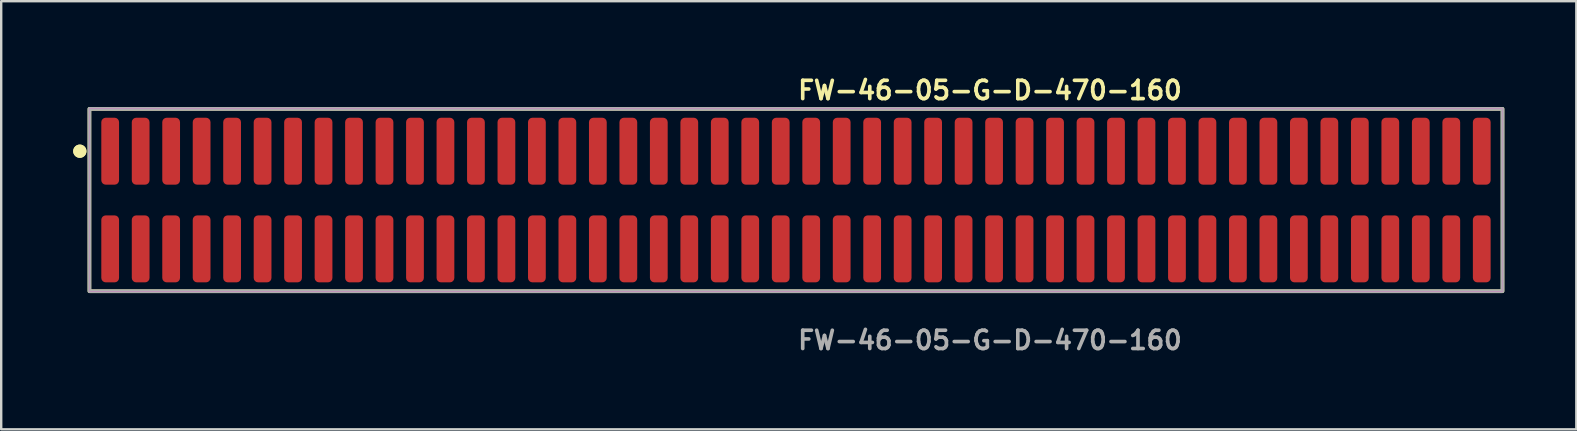
<source format=kicad_pcb>
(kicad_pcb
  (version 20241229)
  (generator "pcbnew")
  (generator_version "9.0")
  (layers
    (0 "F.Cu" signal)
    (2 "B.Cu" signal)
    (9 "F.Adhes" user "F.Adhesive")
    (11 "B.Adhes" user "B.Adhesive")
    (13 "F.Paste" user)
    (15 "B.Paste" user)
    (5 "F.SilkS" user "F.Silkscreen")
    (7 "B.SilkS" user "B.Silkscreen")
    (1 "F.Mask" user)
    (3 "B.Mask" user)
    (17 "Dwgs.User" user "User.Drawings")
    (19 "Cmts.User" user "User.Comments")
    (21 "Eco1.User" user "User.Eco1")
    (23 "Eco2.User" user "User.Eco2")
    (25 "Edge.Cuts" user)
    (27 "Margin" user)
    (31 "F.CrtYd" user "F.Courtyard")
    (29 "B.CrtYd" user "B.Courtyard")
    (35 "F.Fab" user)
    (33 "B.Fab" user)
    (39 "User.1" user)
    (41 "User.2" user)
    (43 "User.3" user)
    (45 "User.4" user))
  (footprint "FW-46-05-G-D-470-160"
    (layer "F.Cu")
    (at 30.116 5.285)
    (property "Reference" "FW-46-05-G-D-470-160" (at 0 -4.572 0) (unlocked yes) (layer "F.SilkS") (effects (font (size 0.762 0.762) (thickness 0.152)) (justify left)))
    (fp_rect (start -29.44 3.8) (end 29.44 -3.8) (stroke (width 0.152) (type solid)) (fill no) (layer "F.SilkS"))
    (fp_circle (center -29.84 -2.035) (end -30.04 -2.035) (stroke (width 0.152) (type solid)) (fill yes) (layer "F.SilkS"))
    (fp_circle (center -29.84 -2.035) (end -30.04 -2.035) (stroke (width 0.152) (type solid)) (fill yes) (layer "F.SilkS"))
    (fp_rect (start -29.44 3.8) (end 29.44 -3.8) (stroke (width 0.006) (type solid)) (fill no) (layer "F.CrtYd"))
    (fp_rect (start -29.44 3.8) (end 29.44 -3.8) (stroke (width 0.152) (type solid)) (fill no) (layer "F.Fab"))
    (fp_text user "${REFERENCE}" (at 0 5.842 0) (unlocked yes) (layer "F.Fab") (effects (font (size 0.762 0.762) (thickness 0.152)) (justify left)))
    (pad "1" smd roundrect (at -28.575 -2.035) (size 0.74 2.79) (layers "F.Cu" "F.Paste") (roundrect_rratio 0.25))
    (pad "2" smd roundrect (at -28.575 2.035) (size 0.74 2.79) (layers "F.Cu" "F.Paste") (roundrect_rratio 0.25))
    (pad "3" smd roundrect (at -27.305 -2.035) (size 0.74 2.79) (layers "F.Cu" "F.Paste") (roundrect_rratio 0.25))
    (pad "4" smd roundrect (at -27.305 2.035) (size 0.74 2.79) (layers "F.Cu" "F.Paste") (roundrect_rratio 0.25))
    (pad "5" smd roundrect (at -26.035 -2.035) (size 0.74 2.79) (layers "F.Cu" "F.Paste") (roundrect_rratio 0.25))
    (pad "6" smd roundrect (at -26.035 2.035) (size 0.74 2.79) (layers "F.Cu" "F.Paste") (roundrect_rratio 0.25))
    (pad "7" smd roundrect (at -24.765 -2.035) (size 0.74 2.79) (layers "F.Cu" "F.Paste") (roundrect_rratio 0.25))
    (pad "8" smd roundrect (at -24.765 2.035) (size 0.74 2.79) (layers "F.Cu" "F.Paste") (roundrect_rratio 0.25))
    (pad "9" smd roundrect (at -23.495 -2.035) (size 0.74 2.79) (layers "F.Cu" "F.Paste") (roundrect_rratio 0.25))
    (pad "10" smd roundrect (at -23.495 2.035) (size 0.74 2.79) (layers "F.Cu" "F.Paste") (roundrect_rratio 0.25))
    (pad "11" smd roundrect (at -22.225 -2.035) (size 0.74 2.79) (layers "F.Cu" "F.Paste") (roundrect_rratio 0.25))
    (pad "12" smd roundrect (at -22.225 2.035) (size 0.74 2.79) (layers "F.Cu" "F.Paste") (roundrect_rratio 0.25))
    (pad "13" smd roundrect (at -20.955 -2.035) (size 0.74 2.79) (layers "F.Cu" "F.Paste") (roundrect_rratio 0.25))
    (pad "14" smd roundrect (at -20.955 2.035) (size 0.74 2.79) (layers "F.Cu" "F.Paste") (roundrect_rratio 0.25))
    (pad "15" smd roundrect (at -19.685 -2.035) (size 0.74 2.79) (layers "F.Cu" "F.Paste") (roundrect_rratio 0.25))
    (pad "16" smd roundrect (at -19.685 2.035) (size 0.74 2.79) (layers "F.Cu" "F.Paste") (roundrect_rratio 0.25))
    (pad "17" smd roundrect (at -18.415 -2.035) (size 0.74 2.79) (layers "F.Cu" "F.Paste") (roundrect_rratio 0.25))
    (pad "18" smd roundrect (at -18.415 2.035) (size 0.74 2.79) (layers "F.Cu" "F.Paste") (roundrect_rratio 0.25))
    (pad "19" smd roundrect (at -17.145 -2.035) (size 0.74 2.79) (layers "F.Cu" "F.Paste") (roundrect_rratio 0.25))
    (pad "20" smd roundrect (at -17.145 2.035) (size 0.74 2.79) (layers "F.Cu" "F.Paste") (roundrect_rratio 0.25))
    (pad "21" smd roundrect (at -15.875 -2.035) (size 0.74 2.79) (layers "F.Cu" "F.Paste") (roundrect_rratio 0.25))
    (pad "22" smd roundrect (at -15.875 2.035) (size 0.74 2.79) (layers "F.Cu" "F.Paste") (roundrect_rratio 0.25))
    (pad "23" smd roundrect (at -14.605 -2.035) (size 0.74 2.79) (layers "F.Cu" "F.Paste") (roundrect_rratio 0.25))
    (pad "24" smd roundrect (at -14.605 2.035) (size 0.74 2.79) (layers "F.Cu" "F.Paste") (roundrect_rratio 0.25))
    (pad "25" smd roundrect (at -13.335 -2.035) (size 0.74 2.79) (layers "F.Cu" "F.Paste") (roundrect_rratio 0.25))
    (pad "26" smd roundrect (at -13.335 2.035) (size 0.74 2.79) (layers "F.Cu" "F.Paste") (roundrect_rratio 0.25))
    (pad "27" smd roundrect (at -12.065 -2.035) (size 0.74 2.79) (layers "F.Cu" "F.Paste") (roundrect_rratio 0.25))
    (pad "28" smd roundrect (at -12.065 2.035) (size 0.74 2.79) (layers "F.Cu" "F.Paste") (roundrect_rratio 0.25))
    (pad "29" smd roundrect (at -10.795 -2.035) (size 0.74 2.79) (layers "F.Cu" "F.Paste") (roundrect_rratio 0.25))
    (pad "30" smd roundrect (at -10.795 2.035) (size 0.74 2.79) (layers "F.Cu" "F.Paste") (roundrect_rratio 0.25))
    (pad "31" smd roundrect (at -9.525 -2.035) (size 0.74 2.79) (layers "F.Cu" "F.Paste") (roundrect_rratio 0.25))
    (pad "32" smd roundrect (at -9.525 2.035) (size 0.74 2.79) (layers "F.Cu" "F.Paste") (roundrect_rratio 0.25))
    (pad "33" smd roundrect (at -8.255 -2.035) (size 0.74 2.79) (layers "F.Cu" "F.Paste") (roundrect_rratio 0.25))
    (pad "34" smd roundrect (at -8.255 2.035) (size 0.74 2.79) (layers "F.Cu" "F.Paste") (roundrect_rratio 0.25))
    (pad "35" smd roundrect (at -6.985 -2.035) (size 0.74 2.79) (layers "F.Cu" "F.Paste") (roundrect_rratio 0.25))
    (pad "36" smd roundrect (at -6.985 2.035) (size 0.74 2.79) (layers "F.Cu" "F.Paste") (roundrect_rratio 0.25))
    (pad "37" smd roundrect (at -5.715 -2.035) (size 0.74 2.79) (layers "F.Cu" "F.Paste") (roundrect_rratio 0.25))
    (pad "38" smd roundrect (at -5.715 2.035) (size 0.74 2.79) (layers "F.Cu" "F.Paste") (roundrect_rratio 0.25))
    (pad "39" smd roundrect (at -4.445 -2.035) (size 0.74 2.79) (layers "F.Cu" "F.Paste") (roundrect_rratio 0.25))
    (pad "40" smd roundrect (at -4.445 2.035) (size 0.74 2.79) (layers "F.Cu" "F.Paste") (roundrect_rratio 0.25))
    (pad "41" smd roundrect (at -3.175 -2.035) (size 0.74 2.79) (layers "F.Cu" "F.Paste") (roundrect_rratio 0.25))
    (pad "42" smd roundrect (at -3.175 2.035) (size 0.74 2.79) (layers "F.Cu" "F.Paste") (roundrect_rratio 0.25))
    (pad "43" smd roundrect (at -1.905 -2.035) (size 0.74 2.79) (layers "F.Cu" "F.Paste") (roundrect_rratio 0.25))
    (pad "44" smd roundrect (at -1.905 2.035) (size 0.74 2.79) (layers "F.Cu" "F.Paste") (roundrect_rratio 0.25))
    (pad "45" smd roundrect (at -0.635 -2.035) (size 0.74 2.79) (layers "F.Cu" "F.Paste") (roundrect_rratio 0.25))
    (pad "46" smd roundrect (at -0.635 2.035) (size 0.74 2.79) (layers "F.Cu" "F.Paste") (roundrect_rratio 0.25))
    (pad "47" smd roundrect (at 0.635 -2.035) (size 0.74 2.79) (layers "F.Cu" "F.Paste") (roundrect_rratio 0.25))
    (pad "48" smd roundrect (at 0.635 2.035) (size 0.74 2.79) (layers "F.Cu" "F.Paste") (roundrect_rratio 0.25))
    (pad "49" smd roundrect (at 1.905 -2.035) (size 0.74 2.79) (layers "F.Cu" "F.Paste") (roundrect_rratio 0.25))
    (pad "50" smd roundrect (at 1.905 2.035) (size 0.74 2.79) (layers "F.Cu" "F.Paste") (roundrect_rratio 0.25))
    (pad "51" smd roundrect (at 3.175 -2.035) (size 0.74 2.79) (layers "F.Cu" "F.Paste") (roundrect_rratio 0.25))
    (pad "52" smd roundrect (at 3.175 2.035) (size 0.74 2.79) (layers "F.Cu" "F.Paste") (roundrect_rratio 0.25))
    (pad "53" smd roundrect (at 4.445 -2.035) (size 0.74 2.79) (layers "F.Cu" "F.Paste") (roundrect_rratio 0.25))
    (pad "54" smd roundrect (at 4.445 2.035) (size 0.74 2.79) (layers "F.Cu" "F.Paste") (roundrect_rratio 0.25))
    (pad "55" smd roundrect (at 5.715 -2.035) (size 0.74 2.79) (layers "F.Cu" "F.Paste") (roundrect_rratio 0.25))
    (pad "56" smd roundrect (at 5.715 2.035) (size 0.74 2.79) (layers "F.Cu" "F.Paste") (roundrect_rratio 0.25))
    (pad "57" smd roundrect (at 6.985 -2.035) (size 0.74 2.79) (layers "F.Cu" "F.Paste") (roundrect_rratio 0.25))
    (pad "58" smd roundrect (at 6.985 2.035) (size 0.74 2.79) (layers "F.Cu" "F.Paste") (roundrect_rratio 0.25))
    (pad "59" smd roundrect (at 8.255 -2.035) (size 0.74 2.79) (layers "F.Cu" "F.Paste") (roundrect_rratio 0.25))
    (pad "60" smd roundrect (at 8.255 2.035) (size 0.74 2.79) (layers "F.Cu" "F.Paste") (roundrect_rratio 0.25))
    (pad "61" smd roundrect (at 9.525 -2.035) (size 0.74 2.79) (layers "F.Cu" "F.Paste") (roundrect_rratio 0.25))
    (pad "62" smd roundrect (at 9.525 2.035) (size 0.74 2.79) (layers "F.Cu" "F.Paste") (roundrect_rratio 0.25))
    (pad "63" smd roundrect (at 10.795 -2.035) (size 0.74 2.79) (layers "F.Cu" "F.Paste") (roundrect_rratio 0.25))
    (pad "64" smd roundrect (at 10.795 2.035) (size 0.74 2.79) (layers "F.Cu" "F.Paste") (roundrect_rratio 0.25))
    (pad "65" smd roundrect (at 12.065 -2.035) (size 0.74 2.79) (layers "F.Cu" "F.Paste") (roundrect_rratio 0.25))
    (pad "66" smd roundrect (at 12.065 2.035) (size 0.74 2.79) (layers "F.Cu" "F.Paste") (roundrect_rratio 0.25))
    (pad "67" smd roundrect (at 13.335 -2.035) (size 0.74 2.79) (layers "F.Cu" "F.Paste") (roundrect_rratio 0.25))
    (pad "68" smd roundrect (at 13.335 2.035) (size 0.74 2.79) (layers "F.Cu" "F.Paste") (roundrect_rratio 0.25))
    (pad "69" smd roundrect (at 14.605 -2.035) (size 0.74 2.79) (layers "F.Cu" "F.Paste") (roundrect_rratio 0.25))
    (pad "70" smd roundrect (at 14.605 2.035) (size 0.74 2.79) (layers "F.Cu" "F.Paste") (roundrect_rratio 0.25))
    (pad "71" smd roundrect (at 15.875 -2.035) (size 0.74 2.79) (layers "F.Cu" "F.Paste") (roundrect_rratio 0.25))
    (pad "72" smd roundrect (at 15.875 2.035) (size 0.74 2.79) (layers "F.Cu" "F.Paste") (roundrect_rratio 0.25))
    (pad "73" smd roundrect (at 17.145 -2.035) (size 0.74 2.79) (layers "F.Cu" "F.Paste") (roundrect_rratio 0.25))
    (pad "74" smd roundrect (at 17.145 2.035) (size 0.74 2.79) (layers "F.Cu" "F.Paste") (roundrect_rratio 0.25))
    (pad "75" smd roundrect (at 18.415 -2.035) (size 0.74 2.79) (layers "F.Cu" "F.Paste") (roundrect_rratio 0.25))
    (pad "76" smd roundrect (at 18.415 2.035) (size 0.74 2.79) (layers "F.Cu" "F.Paste") (roundrect_rratio 0.25))
    (pad "77" smd roundrect (at 19.685 -2.035) (size 0.74 2.79) (layers "F.Cu" "F.Paste") (roundrect_rratio 0.25))
    (pad "78" smd roundrect (at 19.685 2.035) (size 0.74 2.79) (layers "F.Cu" "F.Paste") (roundrect_rratio 0.25))
    (pad "79" smd roundrect (at 20.955 -2.035) (size 0.74 2.79) (layers "F.Cu" "F.Paste") (roundrect_rratio 0.25))
    (pad "80" smd roundrect (at 20.955 2.035) (size 0.74 2.79) (layers "F.Cu" "F.Paste") (roundrect_rratio 0.25))
    (pad "81" smd roundrect (at 22.225 -2.035) (size 0.74 2.79) (layers "F.Cu" "F.Paste") (roundrect_rratio 0.25))
    (pad "82" smd roundrect (at 22.225 2.035) (size 0.74 2.79) (layers "F.Cu" "F.Paste") (roundrect_rratio 0.25))
    (pad "83" smd roundrect (at 23.495 -2.035) (size 0.74 2.79) (layers "F.Cu" "F.Paste") (roundrect_rratio 0.25))
    (pad "84" smd roundrect (at 23.495 2.035) (size 0.74 2.79) (layers "F.Cu" "F.Paste") (roundrect_rratio 0.25))
    (pad "85" smd roundrect (at 24.765 -2.035) (size 0.74 2.79) (layers "F.Cu" "F.Paste") (roundrect_rratio 0.25))
    (pad "86" smd roundrect (at 24.765 2.035) (size 0.74 2.79) (layers "F.Cu" "F.Paste") (roundrect_rratio 0.25))
    (pad "87" smd roundrect (at 26.035 -2.035) (size 0.74 2.79) (layers "F.Cu" "F.Paste") (roundrect_rratio 0.25))
    (pad "88" smd roundrect (at 26.035 2.035) (size 0.74 2.79) (layers "F.Cu" "F.Paste") (roundrect_rratio 0.25))
    (pad "89" smd roundrect (at 27.305 -2.035) (size 0.74 2.79) (layers "F.Cu" "F.Paste") (roundrect_rratio 0.25))
    (pad "90" smd roundrect (at 27.305 2.035) (size 0.74 2.79) (layers "F.Cu" "F.Paste") (roundrect_rratio 0.25))
    (pad "91" smd roundrect (at 28.575 -2.035) (size 0.74 2.79) (layers "F.Cu" "F.Paste") (roundrect_rratio 0.25))
    (pad "92" smd roundrect (at 28.575 2.035) (size 0.74 2.79) (layers "F.Cu" "F.Paste") (roundrect_rratio 0.25)))
  (gr_rect
    (start -3 -3)
    (end 62.632 14.84)
    (stroke (width 0.1) (type default))
    (fill no)
    (layer "Edge.Cuts")))
</source>
